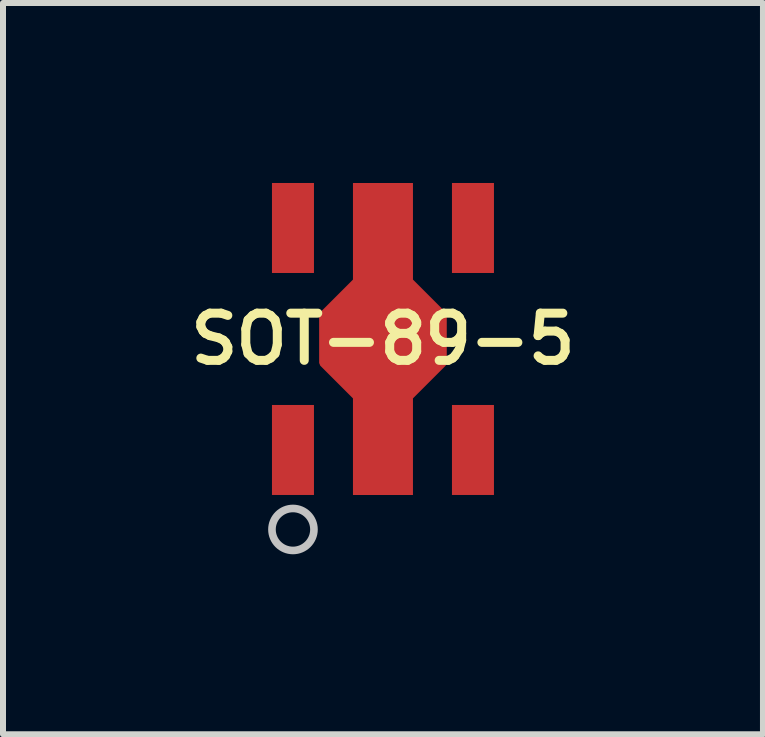
<source format=kicad_pcb>
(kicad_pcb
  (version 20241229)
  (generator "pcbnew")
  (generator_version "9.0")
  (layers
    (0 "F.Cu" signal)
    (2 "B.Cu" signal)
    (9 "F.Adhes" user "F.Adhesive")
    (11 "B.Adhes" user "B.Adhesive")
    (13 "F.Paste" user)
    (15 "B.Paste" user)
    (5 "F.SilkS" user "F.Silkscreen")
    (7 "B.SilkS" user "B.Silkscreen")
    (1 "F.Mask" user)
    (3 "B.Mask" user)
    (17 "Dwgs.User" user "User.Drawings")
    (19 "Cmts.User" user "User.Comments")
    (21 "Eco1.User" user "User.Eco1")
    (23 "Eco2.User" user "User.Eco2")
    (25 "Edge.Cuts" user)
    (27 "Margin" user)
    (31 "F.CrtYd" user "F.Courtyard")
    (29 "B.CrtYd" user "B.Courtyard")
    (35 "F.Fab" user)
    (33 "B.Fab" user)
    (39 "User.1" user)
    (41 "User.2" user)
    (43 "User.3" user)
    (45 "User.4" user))
  (footprint "SOT-89-5"
    (layer "F.Cu")
    (at 3.333 2.6)
    (property "Reference" "SOT-89-5" (at 0 0 0) (layer "F.SilkS") (effects (font (size 0.787 0.787) (thickness 0.15))))
    (attr through_hole)
    (fp_poly (pts (xy -1 -0.4) (xy -1 0.4) (xy 0 1.4) (xy 1 0.4) (xy 1 -0.4) (xy 0 -1.4)) (stroke (width 0.127) (type solid)) (fill yes) (layer "F.Mask"))
    (fp_circle (center -1.5 3.175) (end -1.15 3.175) (stroke (width 0.127) (type solid)) (fill no) (layer "Dwgs.User"))
    (pad "1" smd rect (at -1.5 1.85) (size 0.7 1.5) (layers "F.Cu" "F.Mask" "F.Paste"))
    (pad "2" smd custom (at 0 0) (size 1 5.2) (layers "F.Cu" "F.Mask" "F.Paste") (options (anchor rect)) (primitives (gr_poly (pts (xy -1 -0.4) (xy -1 0.4) (xy 0 1.4) (xy 1 0.4) (xy 1 -0.4) (xy 0 -1.4)) (width 0.127) (fill yes))))
    (pad "3" smd rect (at 1.5 1.85) (size 0.7 1.5) (layers "F.Cu" "F.Mask" "F.Paste"))
    (pad "4" smd rect (at 1.5 -1.85) (size 0.7 1.5) (layers "F.Cu" "F.Mask" "F.Paste"))
    (pad "5" smd rect (at -1.5 -1.85) (size 0.7 1.5) (layers "F.Cu" "F.Mask" "F.Paste")))
  (gr_rect
    (start -3 -3)
    (end 9.667 9.188)
    (stroke (width 0.1) (type default))
    (fill no)
    (layer "Edge.Cuts")))
</source>
